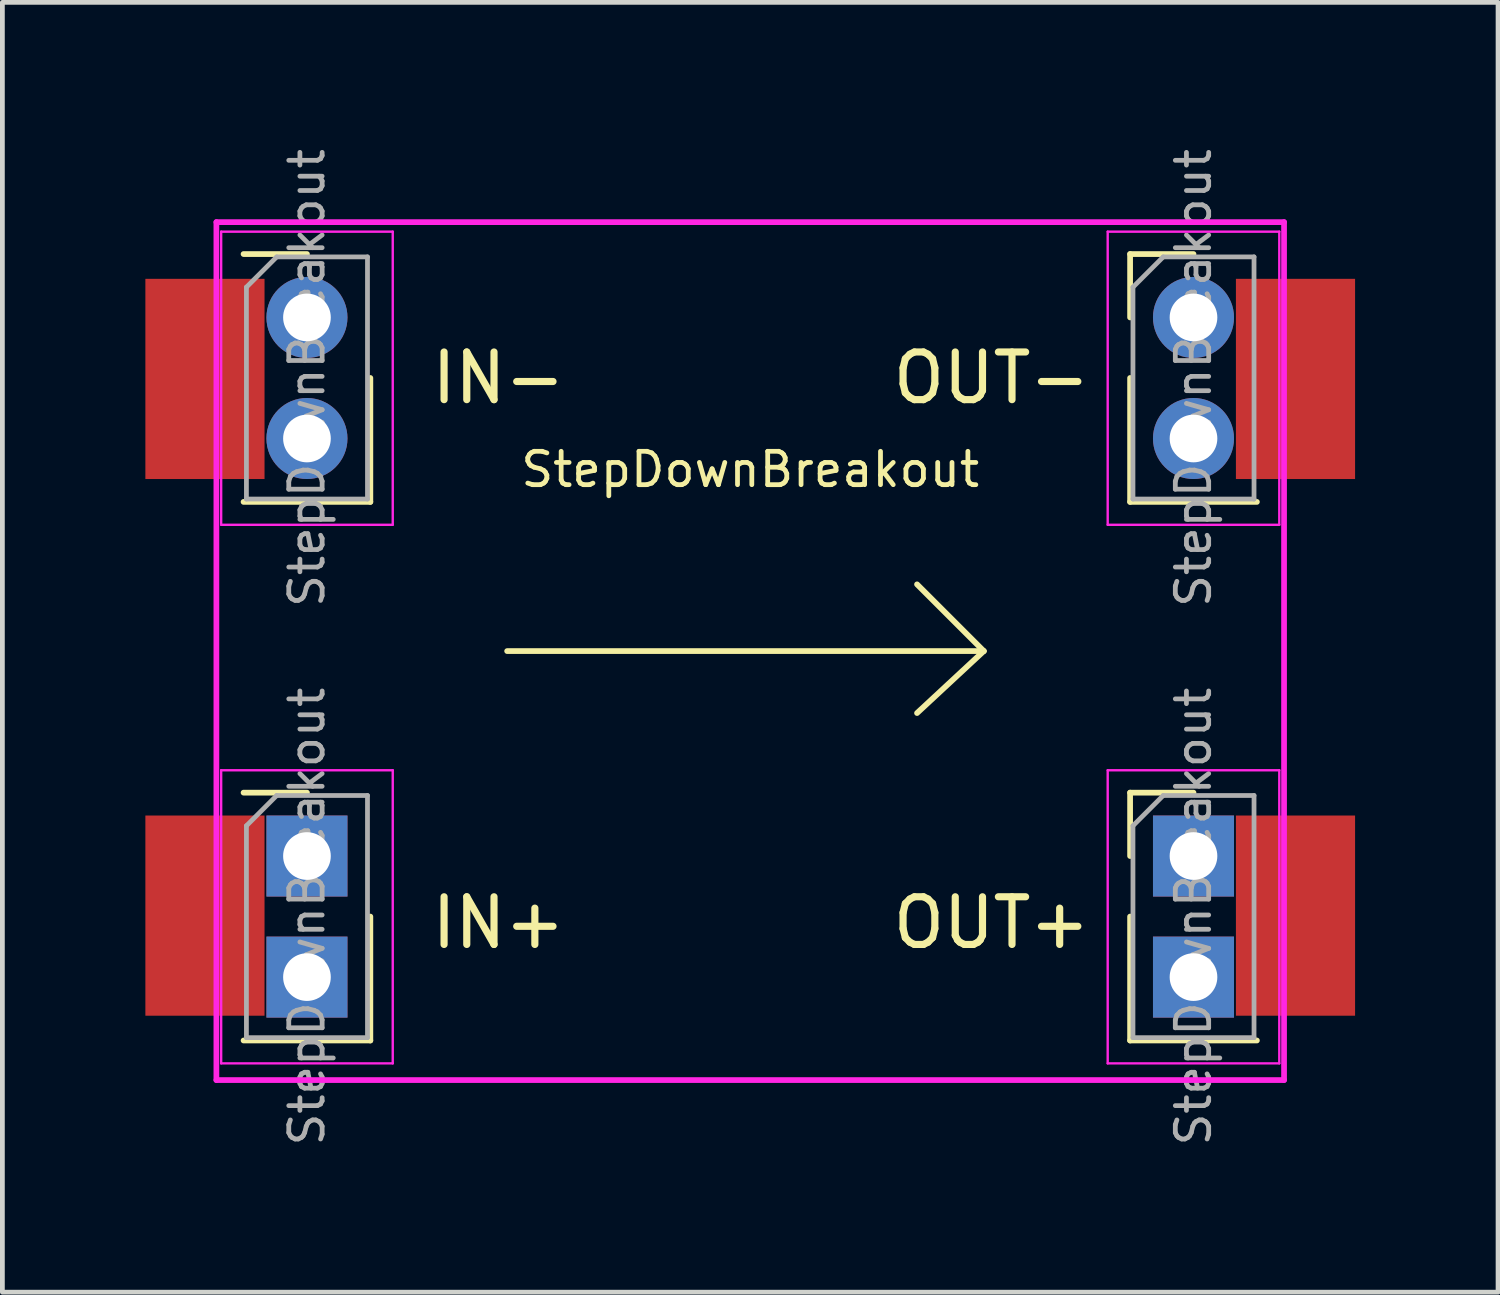
<source format=kicad_pcb>
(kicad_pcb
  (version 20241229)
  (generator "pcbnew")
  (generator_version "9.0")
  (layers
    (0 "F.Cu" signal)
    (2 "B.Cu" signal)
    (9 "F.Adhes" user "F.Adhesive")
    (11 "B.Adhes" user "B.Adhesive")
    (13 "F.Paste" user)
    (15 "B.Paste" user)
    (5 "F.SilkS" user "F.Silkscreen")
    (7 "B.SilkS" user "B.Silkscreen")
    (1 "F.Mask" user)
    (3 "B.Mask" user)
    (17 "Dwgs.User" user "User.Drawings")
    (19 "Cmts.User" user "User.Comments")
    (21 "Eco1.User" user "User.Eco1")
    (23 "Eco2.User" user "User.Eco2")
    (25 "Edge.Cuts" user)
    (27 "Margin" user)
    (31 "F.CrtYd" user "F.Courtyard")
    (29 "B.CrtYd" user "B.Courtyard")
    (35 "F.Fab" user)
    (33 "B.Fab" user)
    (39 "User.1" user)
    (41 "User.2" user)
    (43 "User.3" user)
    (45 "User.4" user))
  (footprint "StepDownBreakout"
    (layer "F.Cu")
    (at 12.69 10.61)
    (property "Reference" "StepDownBreakout" (at 0 -3.81 0) (layer "F.SilkS") (effects (font (size 0.7 0.7) (thickness 0.1))))
    (attr through_hole)
    (fp_line (start -10.63 -8.33) (end -9.3 -8.33) (stroke (width 0.12) (type solid)) (layer "F.SilkS"))
    (fp_line (start -10.63 -3.13) (end -7.97 -3.13) (stroke (width 0.12) (type solid)) (layer "F.SilkS"))
    (fp_line (start -10.63 2.97) (end -9.3 2.97) (stroke (width 0.12) (type solid)) (layer "F.SilkS"))
    (fp_line (start -10.63 8.17) (end -7.97 8.17) (stroke (width 0.12) (type solid)) (layer "F.SilkS"))
    (fp_line (start -7.97 -5.73) (end -7.97 -3.13) (stroke (width 0.12) (type solid)) (layer "F.SilkS"))
    (fp_line (start -7.97 5.57) (end -7.97 8.17) (stroke (width 0.12) (type solid)) (layer "F.SilkS"))
    (fp_line (start -5.1 0) (end 4.9 0) (stroke (width 0.12) (type solid)) (layer "F.SilkS"))
    (fp_line (start 4.9 0) (end 3.5 -1.4) (stroke (width 0.12) (type solid)) (layer "F.SilkS"))
    (fp_line (start 4.9 0) (end 3.5 1.3) (stroke (width 0.12) (type solid)) (layer "F.SilkS"))
    (fp_line (start 7.97 -8.33) (end 9.3 -8.33) (stroke (width 0.12) (type solid)) (layer "F.SilkS"))
    (fp_line (start 7.97 -7) (end 7.97 -8.33) (stroke (width 0.12) (type solid)) (layer "F.SilkS"))
    (fp_line (start 7.97 -5.73) (end 7.97 -3.13) (stroke (width 0.12) (type solid)) (layer "F.SilkS"))
    (fp_line (start 7.97 -3.13) (end 10.63 -3.13) (stroke (width 0.12) (type solid)) (layer "F.SilkS"))
    (fp_line (start 7.97 2.97) (end 9.3 2.97) (stroke (width 0.12) (type solid)) (layer "F.SilkS"))
    (fp_line (start 7.97 4.3) (end 7.97 2.97) (stroke (width 0.12) (type solid)) (layer "F.SilkS"))
    (fp_line (start 7.97 5.57) (end 7.97 8.17) (stroke (width 0.12) (type solid)) (layer "F.SilkS"))
    (fp_line (start 7.97 8.17) (end 10.63 8.17) (stroke (width 0.12) (type solid)) (layer "F.SilkS"))
    (fp_line (start -11.2 -9) (end 11.2 -9) (stroke (width 0.12) (type solid)) (layer "F.CrtYd"))
    (fp_line (start -11.2 9) (end -11.2 -9) (stroke (width 0.12) (type solid)) (layer "F.CrtYd"))
    (fp_line (start -11.1 -8.8) (end -11.1 -2.65) (stroke (width 0.05) (type solid)) (layer "F.CrtYd"))
    (fp_line (start -11.1 -2.65) (end -7.5 -2.65) (stroke (width 0.05) (type solid)) (layer "F.CrtYd"))
    (fp_line (start -11.1 2.5) (end -11.1 8.65) (stroke (width 0.05) (type solid)) (layer "F.CrtYd"))
    (fp_line (start -11.1 8.65) (end -7.5 8.65) (stroke (width 0.05) (type solid)) (layer "F.CrtYd"))
    (fp_line (start -7.5 -8.8) (end -11.1 -8.8) (stroke (width 0.05) (type solid)) (layer "F.CrtYd"))
    (fp_line (start -7.5 -2.65) (end -7.5 -8.8) (stroke (width 0.05) (type solid)) (layer "F.CrtYd"))
    (fp_line (start -7.5 2.5) (end -11.1 2.5) (stroke (width 0.05) (type solid)) (layer "F.CrtYd"))
    (fp_line (start -7.5 8.65) (end -7.5 2.5) (stroke (width 0.05) (type solid)) (layer "F.CrtYd"))
    (fp_line (start 7.5 -8.8) (end 7.5 -2.65) (stroke (width 0.05) (type solid)) (layer "F.CrtYd"))
    (fp_line (start 7.5 -2.65) (end 11.1 -2.65) (stroke (width 0.05) (type solid)) (layer "F.CrtYd"))
    (fp_line (start 7.5 2.5) (end 7.5 8.65) (stroke (width 0.05) (type solid)) (layer "F.CrtYd"))
    (fp_line (start 7.5 8.65) (end 11.1 8.65) (stroke (width 0.05) (type solid)) (layer "F.CrtYd"))
    (fp_line (start 11.1 -8.8) (end 7.5 -8.8) (stroke (width 0.05) (type solid)) (layer "F.CrtYd"))
    (fp_line (start 11.1 -2.65) (end 11.1 -8.8) (stroke (width 0.05) (type solid)) (layer "F.CrtYd"))
    (fp_line (start 11.1 2.5) (end 7.5 2.5) (stroke (width 0.05) (type solid)) (layer "F.CrtYd"))
    (fp_line (start 11.1 8.65) (end 11.1 2.5) (stroke (width 0.05) (type solid)) (layer "F.CrtYd"))
    (fp_line (start 11.2 -9) (end 11.2 9) (stroke (width 0.12) (type solid)) (layer "F.CrtYd"))
    (fp_line (start 11.2 9) (end -11.2 9) (stroke (width 0.12) (type solid)) (layer "F.CrtYd"))
    (fp_line (start -10.57 -7.635) (end -9.935 -8.27) (stroke (width 0.1) (type solid)) (layer "F.Fab"))
    (fp_line (start -10.57 -3.19) (end -10.57 -7.635) (stroke (width 0.1) (type solid)) (layer "F.Fab"))
    (fp_line (start -10.57 3.665) (end -9.935 3.03) (stroke (width 0.1) (type solid)) (layer "F.Fab"))
    (fp_line (start -10.57 8.11) (end -10.57 3.665) (stroke (width 0.1) (type solid)) (layer "F.Fab"))
    (fp_line (start -9.935 -8.27) (end -8.03 -8.27) (stroke (width 0.1) (type solid)) (layer "F.Fab"))
    (fp_line (start -9.935 3.03) (end -8.03 3.03) (stroke (width 0.1) (type solid)) (layer "F.Fab"))
    (fp_line (start -8.03 -8.27) (end -8.03 -3.19) (stroke (width 0.1) (type solid)) (layer "F.Fab"))
    (fp_line (start -8.03 -3.19) (end -10.57 -3.19) (stroke (width 0.1) (type solid)) (layer "F.Fab"))
    (fp_line (start -8.03 3.03) (end -8.03 8.11) (stroke (width 0.1) (type solid)) (layer "F.Fab"))
    (fp_line (start -8.03 8.11) (end -10.57 8.11) (stroke (width 0.1) (type solid)) (layer "F.Fab"))
    (fp_line (start 8.03 -7.635) (end 8.665 -8.27) (stroke (width 0.1) (type solid)) (layer "F.Fab"))
    (fp_line (start 8.03 -3.19) (end 8.03 -7.635) (stroke (width 0.1) (type solid)) (layer "F.Fab"))
    (fp_line (start 8.03 3.665) (end 8.665 3.03) (stroke (width 0.1) (type solid)) (layer "F.Fab"))
    (fp_line (start 8.03 8.11) (end 8.03 3.665) (stroke (width 0.1) (type solid)) (layer "F.Fab"))
    (fp_line (start 8.665 -8.27) (end 10.57 -8.27) (stroke (width 0.1) (type solid)) (layer "F.Fab"))
    (fp_line (start 8.665 3.03) (end 10.57 3.03) (stroke (width 0.1) (type solid)) (layer "F.Fab"))
    (fp_line (start 10.57 -8.27) (end 10.57 -3.19) (stroke (width 0.1) (type solid)) (layer "F.Fab"))
    (fp_line (start 10.57 -3.19) (end 8.03 -3.19) (stroke (width 0.1) (type solid)) (layer "F.Fab"))
    (fp_line (start 10.57 3.03) (end 10.57 8.11) (stroke (width 0.1) (type solid)) (layer "F.Fab"))
    (fp_line (start 10.57 8.11) (end 8.03 8.11) (stroke (width 0.1) (type solid)) (layer "F.Fab"))
    (fp_text user "OUT+" (at 7.21 5.7 0) (layer "F.SilkS") (effects (font (size 1 1) (thickness 0.15)) (justify right)))
    (fp_text user "IN-" (at -6.76 -5.73 0) (layer "F.SilkS") (effects (font (size 1 1) (thickness 0.15)) (justify left)))
    (fp_text user "IN+" (at -6.76 5.7 0) (layer "F.SilkS") (effects (font (size 1 1) (thickness 0.15)) (justify left)))
    (fp_text user "OUT-" (at 7.21 -5.73 0) (layer "F.SilkS") (effects (font (size 1 1) (thickness 0.15)) (justify right)))
    (fp_text user "${REFERENCE}" (at 9.3 -5.73 270) (layer "F.Fab") (effects (font (size 0.7 0.7) (thickness 0.1))))
    (fp_text user "${REFERENCE}" (at 9.3 5.57 270) (layer "F.Fab") (effects (font (size 0.7 0.7) (thickness 0.1))))
    (fp_text user "${REFERENCE}" (at -9.3 -5.73 270) (layer "F.Fab") (effects (font (size 0.7 0.7) (thickness 0.1))))
    (fp_text user "${REFERENCE}" (at -9.3 5.57 270) (layer "F.Fab") (effects (font (size 0.7 0.7) (thickness 0.1))))
    (pad "1" smd rect (at -11.44 5.55) (size 2.5 4.2) (layers "F.Cu" "F.Mask" "F.Paste"))
    (pad "1" thru_hole rect (at -9.3 4.3) (size 1.7 1.7) (drill 1) (layers "*.Cu" "*.Mask"))
    (pad "1" thru_hole rect (at -9.3 6.84) (size 1.7 1.7) (drill 1) (layers "*.Cu" "*.Mask"))
    (pad "3" smd rect (at -11.44 -5.71) (size 2.5 4.2) (layers "F.Cu" "F.Mask" "F.Paste"))
    (pad "3" thru_hole circle (at -9.3 -7) (size 1.7 1.7) (drill 1) (layers "*.Cu" "*.Mask"))
    (pad "3" thru_hole oval (at -9.3 -4.46) (size 1.7 1.7) (drill 1) (layers "*.Cu" "*.Mask"))
    (pad "5" thru_hole rect (at 9.3 4.3) (size 1.7 1.7) (drill 1) (layers "*.Cu" "*.Mask"))
    (pad "5" thru_hole rect (at 9.3 6.84) (size 1.7 1.7) (drill 1) (layers "*.Cu" "*.Mask"))
    (pad "5" smd rect (at 11.44 5.55) (size 2.5 4.2) (layers "F.Cu" "F.Mask" "F.Paste"))
    (pad "7" thru_hole circle (at 9.3 -7) (size 1.7 1.7) (drill 1) (layers "*.Cu" "*.Mask"))
    (pad "7" thru_hole oval (at 9.3 -4.46) (size 1.7 1.7) (drill 1) (layers "*.Cu" "*.Mask"))
    (pad "7" smd rect (at 11.44 -5.71) (size 2.5 4.2) (layers "F.Cu" "F.Mask" "F.Paste")))
  (gr_rect
    (start -3 -3)
    (end 28.38 24.06)
    (stroke (width 0.1) (type default))
    (fill no)
    (layer "Edge.Cuts")))
</source>
